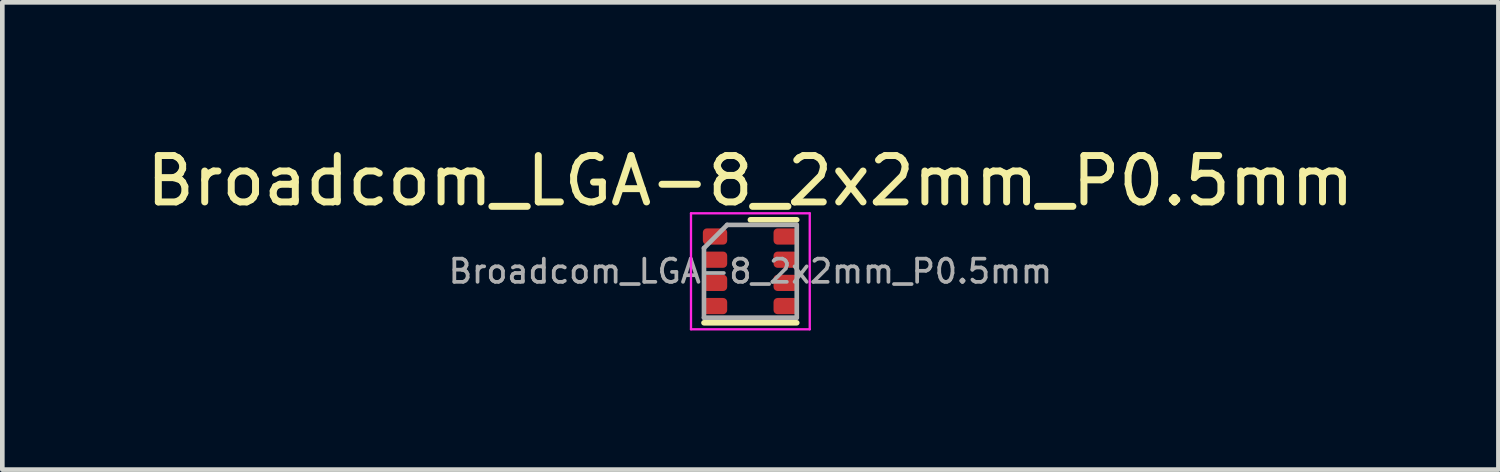
<source format=kicad_pcb>
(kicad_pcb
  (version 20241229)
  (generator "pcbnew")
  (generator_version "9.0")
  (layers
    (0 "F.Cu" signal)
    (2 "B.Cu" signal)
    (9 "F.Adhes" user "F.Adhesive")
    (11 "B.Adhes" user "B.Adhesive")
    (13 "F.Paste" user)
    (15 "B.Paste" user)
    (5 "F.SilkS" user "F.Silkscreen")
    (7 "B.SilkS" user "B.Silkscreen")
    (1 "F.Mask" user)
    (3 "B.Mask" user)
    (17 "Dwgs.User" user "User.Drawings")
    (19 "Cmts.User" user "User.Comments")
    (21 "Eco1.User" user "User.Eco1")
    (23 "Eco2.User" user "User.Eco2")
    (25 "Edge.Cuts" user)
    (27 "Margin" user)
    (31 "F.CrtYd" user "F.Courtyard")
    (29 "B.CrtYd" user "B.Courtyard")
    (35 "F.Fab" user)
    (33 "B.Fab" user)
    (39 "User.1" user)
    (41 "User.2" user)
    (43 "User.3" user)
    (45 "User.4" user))
  (footprint "Broadcom_LGA-8_2x2mm_P0.5mm"
    (layer "F.Cu")
    (at 13.125 2.798)
    (property "Reference" "Broadcom_LGA-8_2x2mm_P0.5mm" (at 0 -1.95 0) (layer "F.SilkS") (effects (font (size 1 1) (thickness 0.15))))
    (attr smd)
    (fp_line (start -1 1.11) (end 1 1.11) (stroke (width 0.12) (type solid)) (layer "F.SilkS"))
    (fp_line (start 0 -1.11) (end 1 -1.11) (stroke (width 0.12) (type solid)) (layer "F.SilkS"))
    (fp_line (start -1.28 -1.25) (end -1.28 1.25) (stroke (width 0.05) (type solid)) (layer "F.CrtYd"))
    (fp_line (start -1.28 1.25) (end 1.28 1.25) (stroke (width 0.05) (type solid)) (layer "F.CrtYd"))
    (fp_line (start 1.28 -1.25) (end -1.28 -1.25) (stroke (width 0.05) (type solid)) (layer "F.CrtYd"))
    (fp_line (start 1.28 1.25) (end 1.28 -1.25) (stroke (width 0.05) (type solid)) (layer "F.CrtYd"))
    (fp_line (start -1 -0.5) (end -0.5 -1) (stroke (width 0.1) (type solid)) (layer "F.Fab"))
    (fp_line (start -1 1) (end -1 -0.5) (stroke (width 0.1) (type solid)) (layer "F.Fab"))
    (fp_line (start -0.5 -1) (end 1 -1) (stroke (width 0.1) (type solid)) (layer "F.Fab"))
    (fp_line (start 1 -1) (end 1 1) (stroke (width 0.1) (type solid)) (layer "F.Fab"))
    (fp_line (start 1 1) (end -1 1) (stroke (width 0.1) (type solid)) (layer "F.Fab"))
    (fp_text user "${REFERENCE}" (at 0 0 0) (layer "F.Fab") (effects (font (size 0.5 0.5) (thickness 0.08))))
    (pad "1" smd roundrect (at -0.762 -0.75) (size 0.525 0.35) (layers "F.Cu" "F.Mask" "F.Paste") (roundrect_rratio 0.25))
    (pad "2" smd roundrect (at -0.762 -0.25) (size 0.525 0.35) (layers "F.Cu" "F.Mask" "F.Paste") (roundrect_rratio 0.25))
    (pad "3" smd roundrect (at -0.762 0.25) (size 0.525 0.35) (layers "F.Cu" "F.Mask" "F.Paste") (roundrect_rratio 0.25))
    (pad "4" smd roundrect (at -0.762 0.75) (size 0.525 0.35) (layers "F.Cu" "F.Mask" "F.Paste") (roundrect_rratio 0.25))
    (pad "5" smd roundrect (at 0.762 0.75) (size 0.525 0.35) (layers "F.Cu" "F.Mask" "F.Paste") (roundrect_rratio 0.25))
    (pad "6" smd roundrect (at 0.762 0.25) (size 0.525 0.35) (layers "F.Cu" "F.Mask" "F.Paste") (roundrect_rratio 0.25))
    (pad "7" smd roundrect (at 0.762 -0.25) (size 0.525 0.35) (layers "F.Cu" "F.Mask" "F.Paste") (roundrect_rratio 0.25))
    (pad "8" smd roundrect (at 0.762 -0.75) (size 0.525 0.35) (layers "F.Cu" "F.Mask" "F.Paste") (roundrect_rratio 0.25)))
  (gr_rect
    (start -3 -3)
    (end 29.25 7.073)
    (stroke (width 0.1) (type default))
    (fill no)
    (layer "Edge.Cuts")))
</source>
